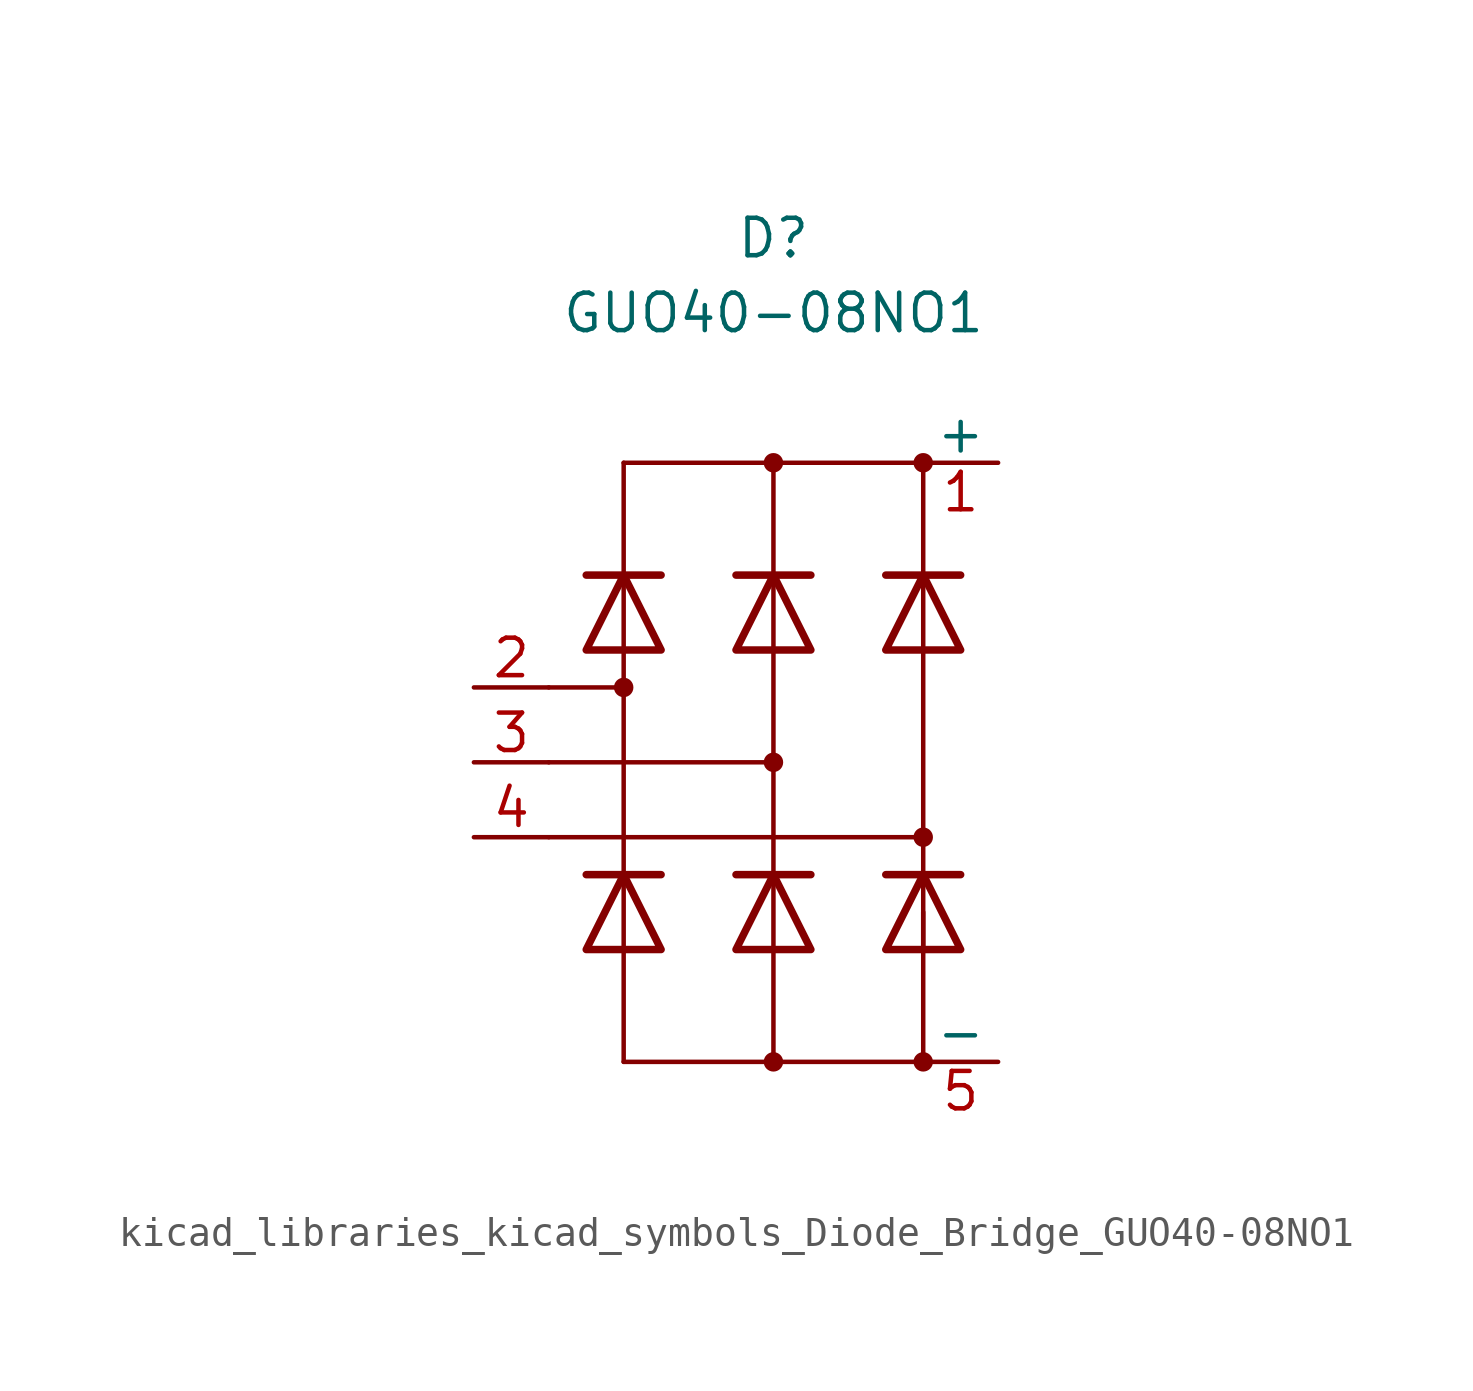
<source format=kicad_sym>
(kicad_symbol_lib
  (version 20220914)
  (generator kicad_symbol_editor)
  (symbol "kicad_libraries_kicad_symbols_Diode_Bridge_GUO40-08NO1"
    (pin_names
      (offset 0))
    (property "Reference" "D"
      (at 0 17.78 0)
      (effects (font (size 1.27 1.27))))
    (property "Value" "GUO40-08NO1"
      (at 0 15.24 0)
      (effects (font (size 1.27 1.27))))
    (symbol "kicad_libraries_kicad_symbols_Diode_Bridge_GUO40-08NO1_0_1"
      (circle (center -5.08 2.54) (radius 0.254) (stroke (width 0) (type default)) (fill (type outline)))
      (circle (center 0 -10.16) (radius 0.254) (stroke (width 0) (type default)) (fill (type outline)))
      (polyline (pts (xy -7.62 -2.54) (xy 5.08 -2.54)) (stroke (width 0) (type default)) (fill (type none)))
      (polyline (pts (xy -7.62 0) (xy 0 0)) (stroke (width 0) (type default)) (fill (type none)))
      (polyline (pts (xy -7.62 2.54) (xy -5.08 2.54)) (stroke (width 0) (type default)) (fill (type none)))
      (polyline (pts (xy -5.08 -10.16) (xy 5.08 -10.16)) (stroke (width 0) (type default)) (fill (type none)))
      (polyline (pts (xy -5.08 -6.35) (xy -5.08 -10.16)) (stroke (width 0) (type default)) (fill (type none)))
      (polyline (pts (xy -5.08 3.81) (xy -5.08 -3.81)) (stroke (width 0) (type default)) (fill (type none)))
      (polyline (pts (xy -5.08 10.16) (xy -5.08 6.35)) (stroke (width 0) (type default)) (fill (type none)))
      (polyline (pts (xy -5.08 10.16) (xy 5.08 10.16)) (stroke (width 0) (type default)) (fill (type none)))
      (polyline (pts (xy 0 -6.35) (xy 0 -10.16)) (stroke (width 0) (type default)) (fill (type none)))
      (polyline (pts (xy 0 3.81) (xy 0 -3.81)) (stroke (width 0) (type default)) (fill (type none)))
      (polyline (pts (xy 0 6.35) (xy 0 10.16)) (stroke (width 0) (type default)) (fill (type none)))
      (polyline (pts (xy 5.08 -10.16) (xy 5.08 -5.08)) (stroke (width 0) (type default)) (fill (type none)))
      (polyline (pts (xy 5.08 3.81) (xy 5.08 -3.81)) (stroke (width 0) (type default)) (fill (type none)))
      (polyline (pts (xy 5.08 10.16) (xy 5.08 6.35)) (stroke (width 0) (type default)) (fill (type none)))
      (circle (center 0 0) (radius 0.254) (stroke (width 0) (type default)) (fill (type outline)))
      (circle (center 0 10.16) (radius 0.254) (stroke (width 0) (type default)) (fill (type outline)))
      (circle (center 5.08 -10.16) (radius 0.254) (stroke (width 0) (type default)) (fill (type outline)))
      (circle (center 5.08 -2.54) (radius 0.254) (stroke (width 0) (type default)) (fill (type outline)))
      (circle (center 5.08 10.16) (radius 0.254) (stroke (width 0) (type default)) (fill (type outline))))
    (symbol "kicad_libraries_kicad_symbols_Diode_Bridge_GUO40-08NO1_1_1"
      (polyline (pts (xy -5.08 -6.35) (xy -5.08 -3.81)) (stroke (width 0) (type default)) (fill (type none)))
      (polyline (pts (xy -5.08 3.81) (xy -5.08 6.35)) (stroke (width 0) (type default)) (fill (type none)))
      (polyline (pts (xy -3.81 -3.81) (xy -6.35 -3.81)) (stroke (width 0.254) (type default)) (fill (type none)))
      (polyline (pts (xy -3.81 6.35) (xy -6.35 6.35)) (stroke (width 0.254) (type default)) (fill (type none)))
      (polyline (pts (xy 0 -6.35) (xy 0 -3.81)) (stroke (width 0) (type default)) (fill (type none)))
      (polyline (pts (xy 0 3.81) (xy 0 6.35)) (stroke (width 0) (type default)) (fill (type none)))
      (polyline (pts (xy 1.27 -3.81) (xy -1.27 -3.81)) (stroke (width 0.254) (type default)) (fill (type none)))
      (polyline (pts (xy 1.27 6.35) (xy -1.27 6.35)) (stroke (width 0.254) (type default)) (fill (type none)))
      (polyline (pts (xy 5.08 -6.35) (xy 5.08 -3.81)) (stroke (width 0) (type default)) (fill (type none)))
      (polyline (pts (xy 5.08 3.81) (xy 5.08 6.35)) (stroke (width 0) (type default)) (fill (type none)))
      (polyline (pts (xy 6.35 -3.81) (xy 3.81 -3.81)) (stroke (width 0.254) (type default)) (fill (type none)))
      (polyline (pts (xy 6.35 6.35) (xy 3.81 6.35)) (stroke (width 0.254) (type default)) (fill (type none)))
      (polyline (pts (xy -3.81 -6.35) (xy -6.35 -6.35) (xy -5.08 -3.81) (xy -3.81 -6.35)) (stroke (width 0.254) (type default)) (fill (type none)))
      (polyline (pts (xy -3.81 3.81) (xy -6.35 3.81) (xy -5.08 6.35) (xy -3.81 3.81)) (stroke (width 0.254) (type default)) (fill (type none)))
      (polyline (pts (xy 1.27 -6.35) (xy -1.27 -6.35) (xy 0 -3.81) (xy 1.27 -6.35)) (stroke (width 0.254) (type default)) (fill (type none)))
      (polyline (pts (xy 1.27 3.81) (xy -1.27 3.81) (xy 0 6.35) (xy 1.27 3.81)) (stroke (width 0.254) (type default)) (fill (type none)))
      (polyline (pts (xy 6.35 -6.35) (xy 3.81 -6.35) (xy 5.08 -3.81) (xy 6.35 -6.35)) (stroke (width 0.254) (type default)) (fill (type none)))
      (polyline (pts (xy 6.35 3.81) (xy 3.81 3.81) (xy 5.08 6.35) (xy 6.35 3.81)) (stroke (width 0.254) (type default)) (fill (type none)))
      (pin passive line (at 7.62 10.16 180) (length 2.54) (name "+" (effects (font (size 1.27 1.27)))) (number "1" (effects (font (size 1.27 1.27)))))
      (pin passive line (at -10.16 2.54 0) (length 2.54) (name "~" (effects (font (size 1.27 1.27)))) (number "2" (effects (font (size 1.27 1.27)))))
      (pin passive line (at -10.16 0 0) (length 2.54) (name "~" (effects (font (size 1.27 1.27)))) (number "3" (effects (font (size 1.27 1.27)))))
      (pin passive line (at -10.16 -2.54 0) (length 2.54) (name "~" (effects (font (size 1.27 1.27)))) (number "4" (effects (font (size 1.27 1.27)))))
      (pin passive line (at 7.62 -10.16 180) (length 2.54) (name "-" (effects (font (size 1.27 1.27)))) (number "5" (effects (font (size 1.27 1.27))))))))
</source>
